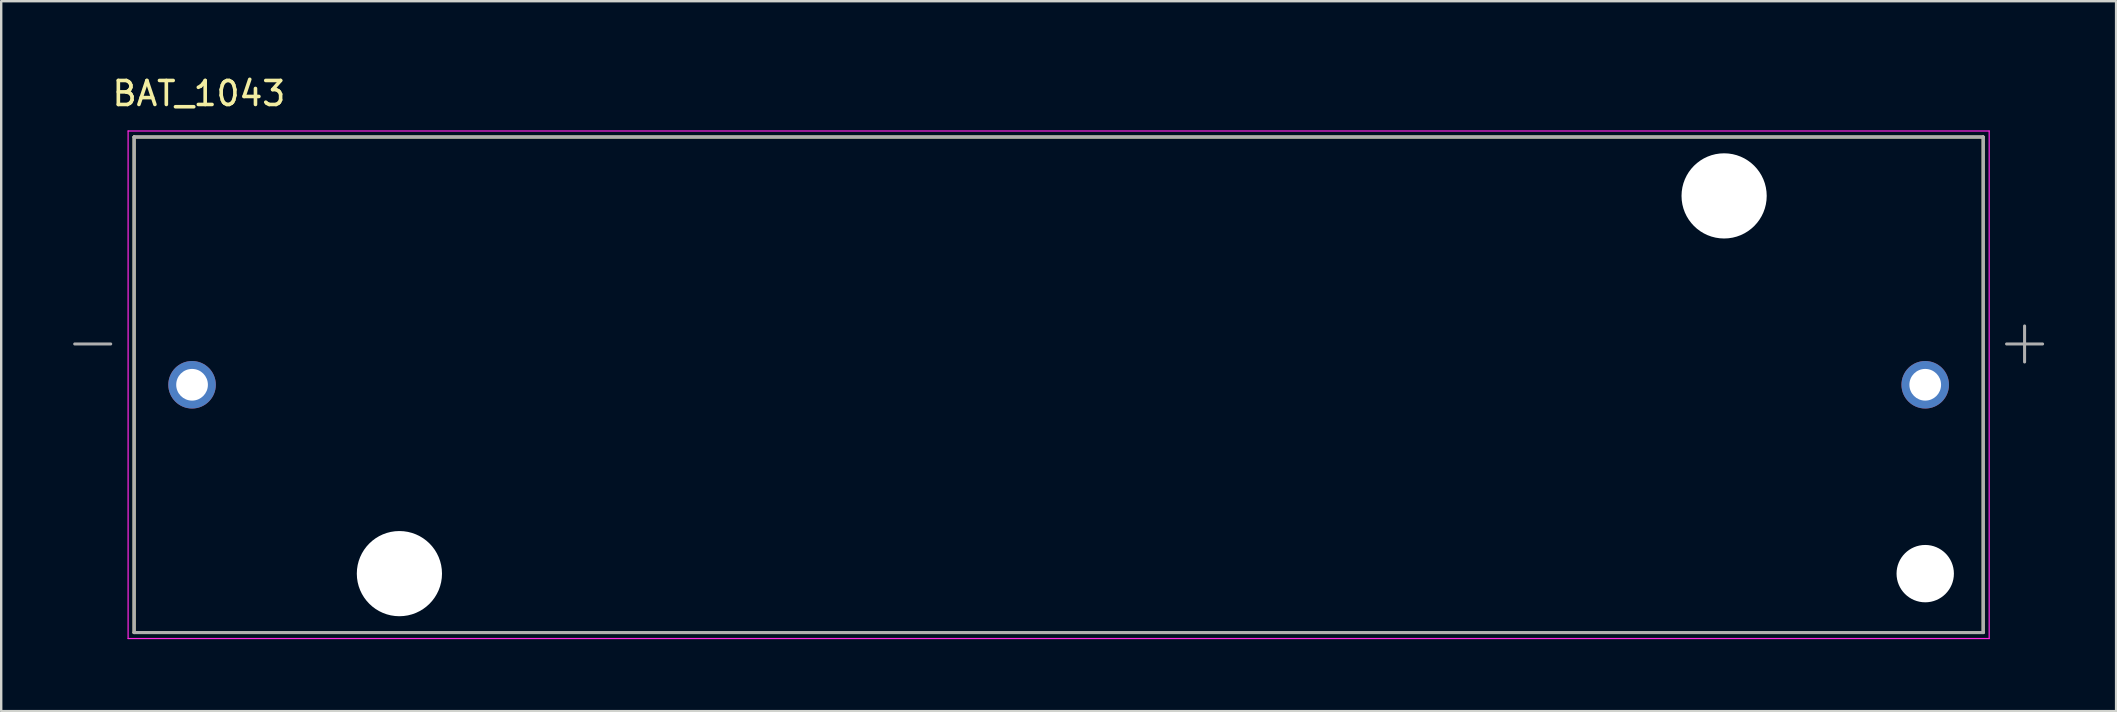
<source format=kicad_pcb>
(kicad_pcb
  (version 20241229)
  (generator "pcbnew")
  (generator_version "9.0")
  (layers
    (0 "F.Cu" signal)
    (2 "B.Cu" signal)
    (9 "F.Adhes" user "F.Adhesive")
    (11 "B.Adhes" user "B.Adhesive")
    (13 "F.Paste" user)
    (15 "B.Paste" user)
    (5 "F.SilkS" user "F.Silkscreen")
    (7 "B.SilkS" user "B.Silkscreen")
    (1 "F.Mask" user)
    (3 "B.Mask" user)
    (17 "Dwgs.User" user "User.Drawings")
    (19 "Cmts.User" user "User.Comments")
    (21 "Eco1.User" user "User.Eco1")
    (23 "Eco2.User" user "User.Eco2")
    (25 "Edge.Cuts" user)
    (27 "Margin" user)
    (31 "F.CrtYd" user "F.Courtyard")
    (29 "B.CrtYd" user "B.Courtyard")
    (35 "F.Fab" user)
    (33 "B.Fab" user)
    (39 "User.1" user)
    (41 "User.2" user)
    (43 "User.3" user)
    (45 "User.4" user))
  (footprint "BAT_1043"
    (layer "F.Cu")
    (at 41.063 12.983)
    (property "Reference" "BAT_1043" (at -35.825 -12.135 0) (layer "F.SilkS") (effects (font (size 1 1) (thickness 0.15))))
    (attr through_hole)
    (fp_line (start -38.525 -10.325) (end -38.525 10.325) (stroke (width 0.127) (type solid)) (layer "F.SilkS"))
    (fp_line (start -38.525 10.325) (end 38.525 10.325) (stroke (width 0.127) (type solid)) (layer "F.SilkS"))
    (fp_line (start 38.525 -10.325) (end -38.525 -10.325) (stroke (width 0.127) (type solid)) (layer "F.SilkS"))
    (fp_line (start 38.525 10.325) (end 38.525 -10.325) (stroke (width 0.127) (type solid)) (layer "F.SilkS"))
    (fp_line (start -38.775 -10.575) (end -38.775 10.575) (stroke (width 0.05) (type solid)) (layer "F.CrtYd"))
    (fp_line (start -38.775 10.575) (end 38.775 10.575) (stroke (width 0.05) (type solid)) (layer "F.CrtYd"))
    (fp_line (start 38.775 -10.575) (end -38.775 -10.575) (stroke (width 0.05) (type solid)) (layer "F.CrtYd"))
    (fp_line (start 38.775 10.575) (end 38.775 -10.575) (stroke (width 0.05) (type solid)) (layer "F.CrtYd"))
    (fp_line (start -39.5 -1.7) (end -41 -1.7) (stroke (width 0.127) (type solid)) (layer "F.Fab"))
    (fp_line (start -38.525 -10.325) (end -38.525 10.325) (stroke (width 0.127) (type solid)) (layer "F.Fab"))
    (fp_line (start -38.525 10.325) (end 38.525 10.325) (stroke (width 0.127) (type solid)) (layer "F.Fab"))
    (fp_line (start 38.525 -10.325) (end -38.525 -10.325) (stroke (width 0.127) (type solid)) (layer "F.Fab"))
    (fp_line (start 38.525 10.325) (end 38.525 -10.325) (stroke (width 0.127) (type solid)) (layer "F.Fab"))
    (fp_line (start 39.5 -1.7) (end 41 -1.7) (stroke (width 0.127) (type solid)) (layer "F.Fab"))
    (fp_line (start 40.25 -0.95) (end 40.25 -2.45) (stroke (width 0.127) (type solid)) (layer "F.Fab"))
    (pad "" np_thru_hole circle (at -27.47 7.87) (size 3.55 3.55) (drill 3.55) (layers "*.Cu" "*.Mask"))
    (pad "" np_thru_hole circle (at 27.73 -7.87) (size 3.55 3.55) (drill 3.55) (layers "*.Cu" "*.Mask"))
    (pad "" np_thru_hole circle (at 36.11 7.87) (size 2.39 2.39) (drill 2.39) (layers "*.Cu" "*.Mask"))
    (pad "N" thru_hole circle (at -36.11 0) (size 1.98 1.98) (drill 1.32) (layers "*.Cu" "*.Mask"))
    (pad "P" thru_hole circle (at 36.11 0) (size 1.98 1.98) (drill 1.32) (layers "*.Cu" "*.Mask")))
  (gr_rect
    (start -3 -3)
    (end 85.127 26.583)
    (stroke (width 0.1) (type default))
    (fill no)
    (layer "Edge.Cuts")))
</source>
